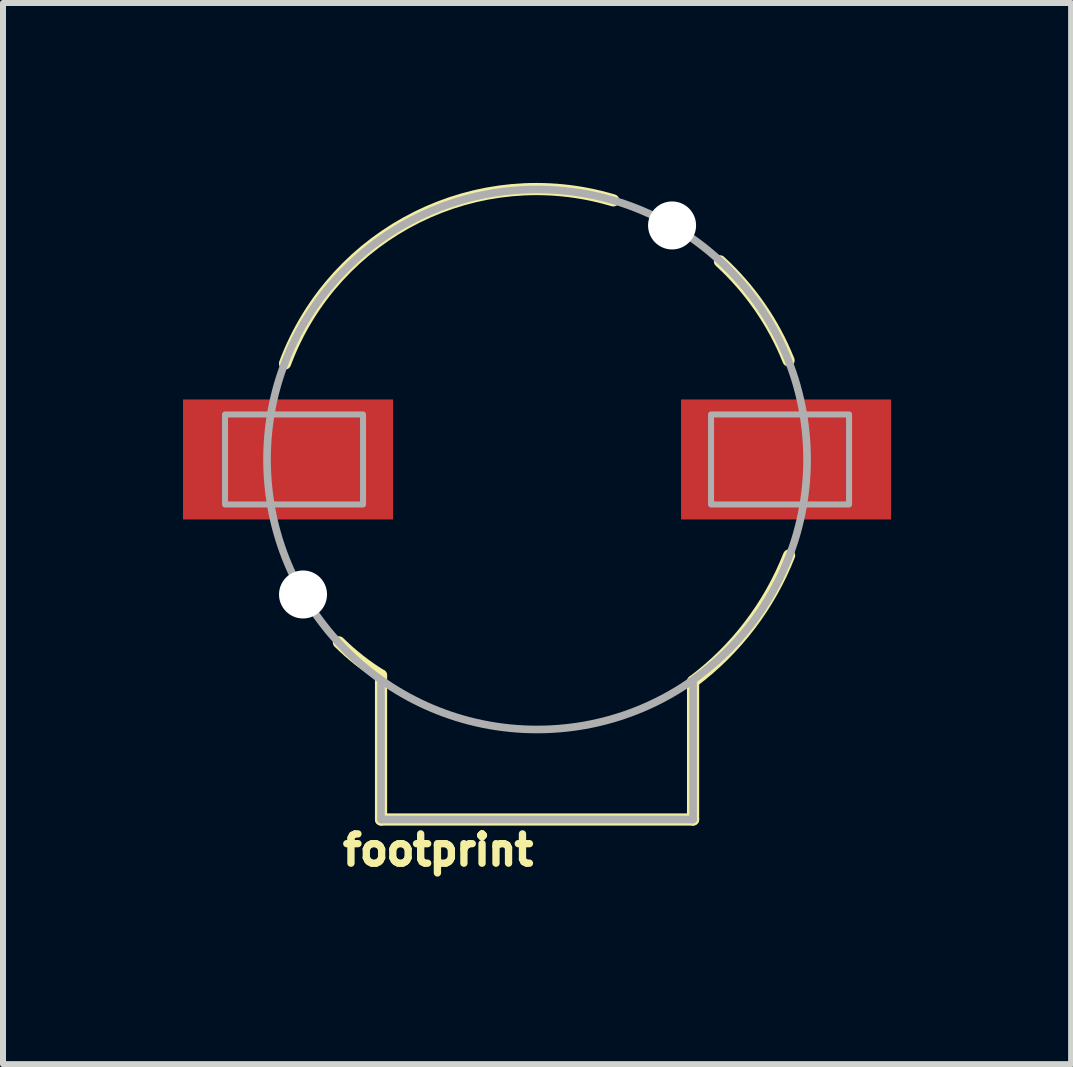
<source format=kicad_pcb>
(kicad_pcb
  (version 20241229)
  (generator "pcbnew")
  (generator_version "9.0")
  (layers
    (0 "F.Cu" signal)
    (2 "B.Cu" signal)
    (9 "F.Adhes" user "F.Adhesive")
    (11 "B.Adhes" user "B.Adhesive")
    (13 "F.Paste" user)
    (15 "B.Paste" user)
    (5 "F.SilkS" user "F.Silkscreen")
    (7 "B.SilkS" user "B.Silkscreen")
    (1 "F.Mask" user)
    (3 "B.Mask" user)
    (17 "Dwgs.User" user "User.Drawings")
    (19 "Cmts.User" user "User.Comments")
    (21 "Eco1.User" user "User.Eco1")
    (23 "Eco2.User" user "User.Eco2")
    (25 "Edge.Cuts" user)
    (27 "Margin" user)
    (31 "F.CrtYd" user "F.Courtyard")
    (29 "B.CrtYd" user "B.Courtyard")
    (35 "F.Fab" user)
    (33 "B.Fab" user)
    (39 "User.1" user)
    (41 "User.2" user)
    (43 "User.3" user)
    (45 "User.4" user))
  (footprint "footprint"
    (layer "F.Cu")
    (at 5.9 4.607)
    (property "Reference" "footprint" (at 0 6.223 0) (layer "F.SilkS") (effects (font (size 0.488 0.488) (thickness 0.122)) (justify right top)))
    (fp_line (start -2.6 6) (end -2.6 3.6) (stroke (width 0.203) (type solid)) (layer "F.SilkS"))
    (fp_line (start -2.6 6) (end 2.6 6) (stroke (width 0.203) (type solid)) (layer "F.SilkS"))
    (fp_line (start 2.6 6) (end 2.6 3.7) (stroke (width 0.203) (type solid)) (layer "F.SilkS"))
    (fp_arc (start -4.2 -1.6) (mid -2.00129 -4.038291) (end 1.270001 -4.318001) (stroke (width 0.2032) (type solid)) (layer "F.SilkS"))
    (fp_arc (start -2.6 3.6) (mid -2.966573 3.343805) (end -3.302 3.048) (stroke (width 0.2032) (type solid)) (layer "F.SilkS"))
    (fp_arc (start 3.048 -3.302) (mid 3.712443 -2.540845) (end 4.191 -1.651) (stroke (width 0.2032) (type solid)) (layer "F.SilkS"))
    (fp_arc (start 4.2 1.6) (mid 3.545723 2.761027) (end 2.6 3.7) (stroke (width 0.2032) (type solid)) (layer "F.SilkS"))
    (fp_line (start -2.6 6) (end -2.6 3.7) (stroke (width 0.127) (type solid)) (layer "F.Fab"))
    (fp_line (start 2.6 6) (end -2.6 6) (stroke (width 0.127) (type solid)) (layer "F.Fab"))
    (fp_line (start 2.6 6) (end 2.6 3.7) (stroke (width 0.127) (type solid)) (layer "F.Fab"))
    (fp_circle (center 0 0) (end 4.5 0) (stroke (width 0.127) (type solid)) (fill no) (layer "F.Fab"))
    (fp_poly (pts (xy -5.2 0.75) (xy -2.9 0.75) (xy -2.9 -0.75) (xy -5.2 -0.75)) (stroke (width 0.1) (type solid)) (fill no) (layer "F.Fab"))
    (fp_poly (pts (xy 5.2 -0.75) (xy 2.9 -0.75) (xy 2.9 0.75) (xy 5.2 0.75)) (stroke (width 0.1) (type solid)) (fill no) (layer "F.Fab"))
    (pad "" np_thru_hole circle (at -3.9 2.25) (size 0.8 0.8) (drill 0.8) (layers "*.Cu" "*.Mask"))
    (pad "" np_thru_hole circle (at 2.25 -3.9) (size 0.8 0.8) (drill 0.8) (layers "*.Cu" "*.Mask"))
    (pad "+" smd rect (at 4.15 0) (size 3.5 2) (layers "F.Cu" "F.Mask" "F.Paste"))
    (pad "-" smd rect (at -4.15 0) (size 3.5 2) (layers "F.Cu" "F.Mask" "F.Paste")))
  (gr_rect
    (start -3 -3)
    (end 14.8 14.684)
    (stroke (width 0.1) (type default))
    (fill no)
    (layer "Edge.Cuts")))
</source>
